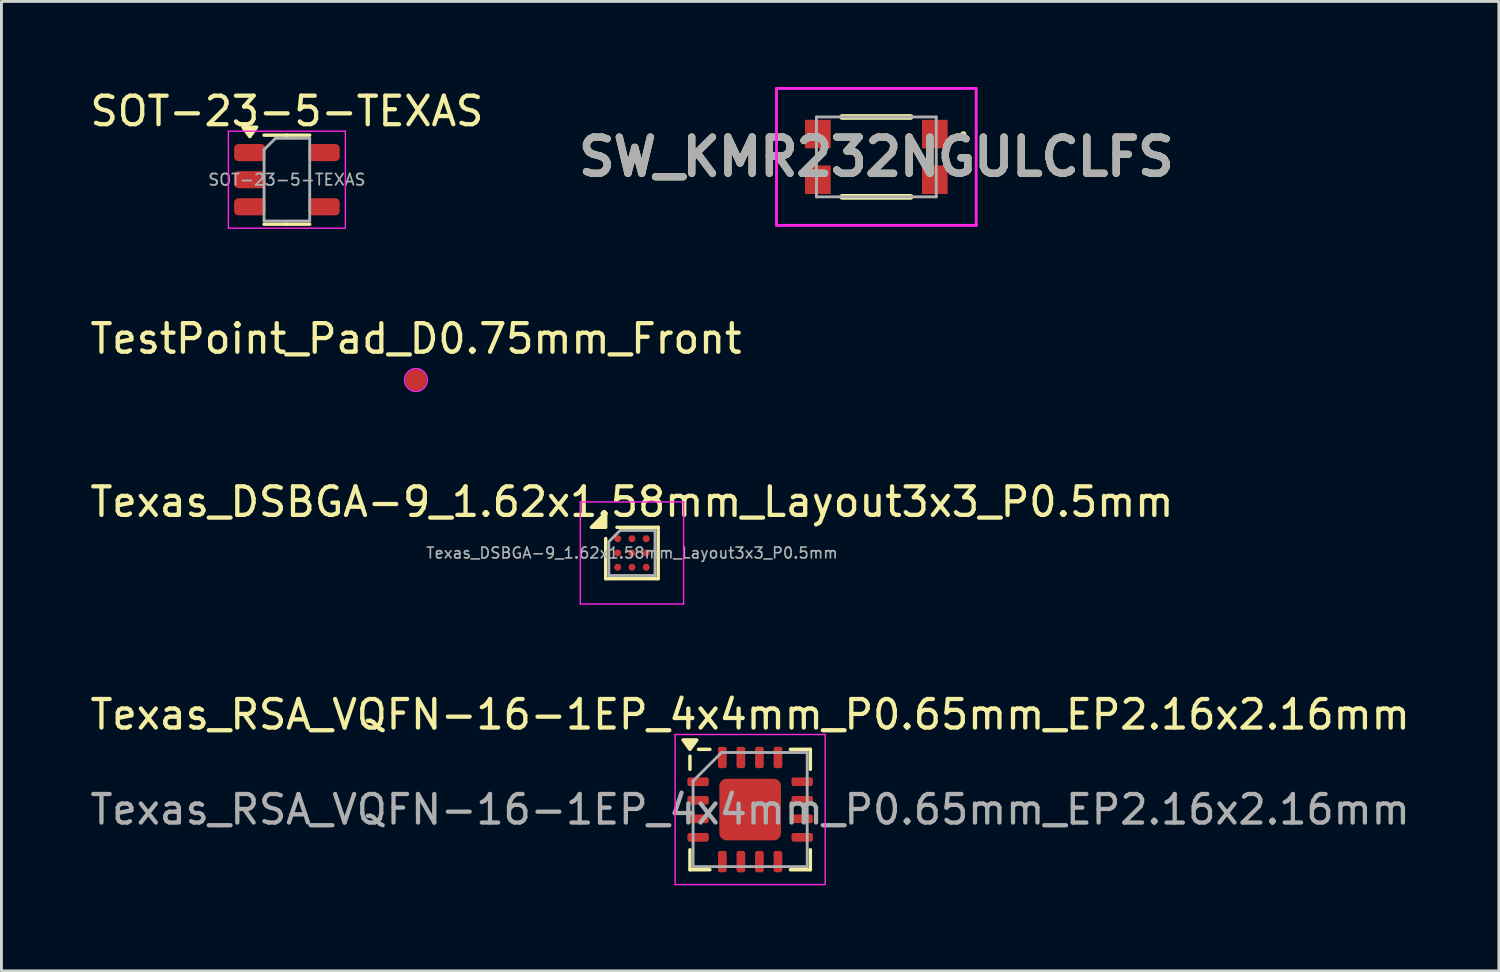
<source format=kicad_pcb>
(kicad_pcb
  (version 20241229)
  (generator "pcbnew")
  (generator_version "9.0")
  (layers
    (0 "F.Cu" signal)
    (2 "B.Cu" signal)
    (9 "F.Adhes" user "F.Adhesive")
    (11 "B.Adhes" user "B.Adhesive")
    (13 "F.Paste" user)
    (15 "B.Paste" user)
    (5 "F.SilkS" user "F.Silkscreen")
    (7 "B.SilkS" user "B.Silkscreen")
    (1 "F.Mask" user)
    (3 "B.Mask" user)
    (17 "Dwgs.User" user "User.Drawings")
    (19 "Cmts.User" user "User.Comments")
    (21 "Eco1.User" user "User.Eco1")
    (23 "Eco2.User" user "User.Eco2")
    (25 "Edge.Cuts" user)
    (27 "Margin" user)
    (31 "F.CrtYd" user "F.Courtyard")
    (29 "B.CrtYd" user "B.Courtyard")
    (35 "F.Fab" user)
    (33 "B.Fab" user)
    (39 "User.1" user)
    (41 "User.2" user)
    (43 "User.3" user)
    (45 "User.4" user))
  (footprint "TestPoint_Pad_D0.75mm_Front"
    (layer "F.Cu")
    (at 11.53 10.27)
    (property "Reference" "TestPoint_Pad_D0.75mm_Front" (at 0 -1.448 0) (layer "F.SilkS") (effects (font (size 1 1) (thickness 0.15))))
    (attr exclude_from_pos_files exclude_from_bom)
    (fp_circle (center 0 0) (end 0.4 0) (stroke (width 0.05) (type solid)) (fill no) (layer "F.CrtYd"))
    (fp_circle (center 0 0) (end 0.352 0) (stroke (width 0.1) (type solid)) (fill no) (layer "User.2"))
    (fp_text user "${REFERENCE}" (at 0 -0.65 0) (layer "User.2") (effects (font (size 0.5 0.5) (thickness 0.1))))
    (pad "1" smd circle (at 0 0) (size 0.75 0.75) (property pad_prop_testpoint) (layers "F.Cu" "F.Mask")))
  (footprint "SW_KMR232NGULCLFS"
    (layer "F.Cu")
    (at 27.668 2.45)
    (property "Reference" "SW_KMR232NGULCLFS" (at 0 0 0) (layer "F.SilkS") (effects (font (size 1.27 1.27) (thickness 0.254))))
    (attr smd)
    (fp_line (start -1.2 -1.4) (end 1.2 -1.4) (stroke (width 0.2) (type solid)) (layer "F.SilkS"))
    (fp_line (start -1.2 1.4) (end 1.2 1.4) (stroke (width 0.2) (type solid)) (layer "F.SilkS"))
    (fp_line (start 3 -0.8) (end 3 -0.8) (stroke (width 0.1) (type solid)) (layer "F.SilkS"))
    (fp_line (start 3.1 -0.8) (end 3.1 -0.8) (stroke (width 0.1) (type solid)) (layer "F.SilkS"))
    (fp_arc (start 3 -0.8) (mid 3.05 -0.85) (end 3.1 -0.8) (stroke (width 0.1) (type solid)) (layer "F.SilkS"))
    (fp_arc (start 3.1 -0.8) (mid 3.05 -0.75) (end 3 -0.8) (stroke (width 0.1) (type solid)) (layer "F.SilkS"))
    (fp_line (start -3.5 -2.4) (end 3.5 -2.4) (stroke (width 0.1) (type solid)) (layer "F.CrtYd"))
    (fp_line (start -3.5 2.4) (end -3.5 -2.4) (stroke (width 0.1) (type solid)) (layer "F.CrtYd"))
    (fp_line (start 3.5 -2.4) (end 3.5 2.4) (stroke (width 0.1) (type solid)) (layer "F.CrtYd"))
    (fp_line (start 3.5 2.4) (end -3.5 2.4) (stroke (width 0.1) (type solid)) (layer "F.CrtYd"))
    (fp_line (start -2.1 -1.4) (end 2.1 -1.4) (stroke (width 0.1) (type solid)) (layer "F.Fab"))
    (fp_line (start -2.1 1.4) (end -2.1 -1.4) (stroke (width 0.1) (type solid)) (layer "F.Fab"))
    (fp_line (start 2.1 -1.4) (end 2.1 1.4) (stroke (width 0.1) (type solid)) (layer "F.Fab"))
    (fp_line (start 2.1 1.4) (end -2.1 1.4) (stroke (width 0.1) (type solid)) (layer "F.Fab"))
    (fp_text user "${REFERENCE}" (at 0 0 0) (layer "F.Fab") (effects (font (size 1.27 1.27) (thickness 0.254))))
    (pad "1" smd rect (at 2.05 -0.8) (size 0.9 1) (layers "F.Cu" "F.Mask" "F.Paste"))
    (pad "2" smd rect (at 2.05 0.8) (size 0.9 1) (layers "F.Cu" "F.Mask" "F.Paste"))
    (pad "3" smd rect (at -2.05 0.8) (size 0.9 1) (layers "F.Cu" "F.Mask" "F.Paste"))
    (pad "4" smd rect (at -2.05 -0.8) (size 0.9 1) (layers "F.Cu" "F.Mask" "F.Paste")))
  (footprint "SOT-23-5-TEXAS"
    (layer "F.Cu")
    (at 7.006 3.248)
    (property "Reference" "SOT-23-5-TEXAS" (at 0 -2.4 0) (layer "F.SilkS") (effects (font (size 1 1) (thickness 0.15))))
    (attr smd)
    (fp_line (start 0 -1.56) (end -0.8 -1.56) (stroke (width 0.12) (type solid)) (layer "F.SilkS"))
    (fp_line (start 0 -1.56) (end 0.8 -1.56) (stroke (width 0.12) (type solid)) (layer "F.SilkS"))
    (fp_line (start 0 1.56) (end -0.8 1.56) (stroke (width 0.12) (type solid)) (layer "F.SilkS"))
    (fp_line (start 0 1.56) (end 0.8 1.56) (stroke (width 0.12) (type solid)) (layer "F.SilkS"))
    (fp_poly (pts (xy -1.3 -1.51) (xy -1.54 -1.84) (xy -1.06 -1.84) (xy -1.3 -1.51)) (stroke (width 0.12) (type solid)) (fill yes) (layer "F.SilkS"))
    (fp_line (start -2.05 -1.7) (end -2.05 1.7) (stroke (width 0.05) (type solid)) (layer "F.CrtYd"))
    (fp_line (start -2.05 1.7) (end 2.05 1.7) (stroke (width 0.05) (type solid)) (layer "F.CrtYd"))
    (fp_line (start 2.05 -1.7) (end -2.05 -1.7) (stroke (width 0.05) (type solid)) (layer "F.CrtYd"))
    (fp_line (start 2.05 1.7) (end 2.05 -1.7) (stroke (width 0.05) (type solid)) (layer "F.CrtYd"))
    (fp_line (start -0.8 -1.05) (end -0.4 -1.45) (stroke (width 0.1) (type solid)) (layer "F.Fab"))
    (fp_line (start -0.8 1.45) (end -0.8 -1.05) (stroke (width 0.1) (type solid)) (layer "F.Fab"))
    (fp_line (start -0.4 -1.45) (end 0.8 -1.45) (stroke (width 0.1) (type solid)) (layer "F.Fab"))
    (fp_line (start 0.8 -1.45) (end 0.8 1.45) (stroke (width 0.1) (type solid)) (layer "F.Fab"))
    (fp_line (start 0.8 1.45) (end -0.8 1.45) (stroke (width 0.1) (type solid)) (layer "F.Fab"))
    (fp_text user "${REFERENCE}" (at 0 0 0) (layer "F.Fab") (effects (font (size 0.4 0.4) (thickness 0.06))))
    (pad "1" smd roundrect (at -1.3 -0.95) (size 1.1 0.6) (layers "F.Cu" "F.Mask" "F.Paste") (roundrect_rratio 0.25))
    (pad "2" smd roundrect (at -1.3 0) (size 1.1 0.6) (layers "F.Cu" "F.Mask" "F.Paste") (roundrect_rratio 0.25))
    (pad "3" smd roundrect (at -1.3 0.95) (size 1.1 0.6) (layers "F.Cu" "F.Mask" "F.Paste") (roundrect_rratio 0.25))
    (pad "4" smd roundrect (at 1.3 0.95) (size 1.1 0.6) (layers "F.Cu" "F.Mask" "F.Paste") (roundrect_rratio 0.25))
    (pad "5" smd roundrect (at 1.3 -0.95) (size 1.1 0.6) (layers "F.Cu" "F.Mask" "F.Paste") (roundrect_rratio 0.25)))
  (footprint "Texas_RSA_VQFN-16-1EP_4x4mm_P0.65mm_EP2.16x2.16mm"
    (layer "F.Cu")
    (at 23.244 25.326)
    (property "Reference" "Texas_RSA_VQFN-16-1EP_4x4mm_P0.65mm_EP2.16x2.16mm" (at 0 -3.33 0) (layer "F.SilkS") (effects (font (size 1 1) (thickness 0.15))))
    (attr smd)
    (fp_line (start -2.11 -1.41) (end -2.11 -1.87) (stroke (width 0.12) (type solid)) (layer "F.SilkS"))
    (fp_line (start -2.11 2.11) (end -2.11 1.41) (stroke (width 0.12) (type solid)) (layer "F.SilkS"))
    (fp_line (start -1.41 -2.11) (end -1.81 -2.11) (stroke (width 0.12) (type solid)) (layer "F.SilkS"))
    (fp_line (start -1.41 2.11) (end -2.11 2.11) (stroke (width 0.12) (type solid)) (layer "F.SilkS"))
    (fp_line (start 1.41 -2.11) (end 2.11 -2.11) (stroke (width 0.12) (type solid)) (layer "F.SilkS"))
    (fp_line (start 1.41 2.11) (end 2.11 2.11) (stroke (width 0.12) (type solid)) (layer "F.SilkS"))
    (fp_line (start 2.11 -2.11) (end 2.11 -1.41) (stroke (width 0.12) (type solid)) (layer "F.SilkS"))
    (fp_line (start 2.11 2.11) (end 2.11 1.41) (stroke (width 0.12) (type solid)) (layer "F.SilkS"))
    (fp_poly (pts (xy -2.11 -2.11) (xy -2.35 -2.44) (xy -1.87 -2.44) (xy -2.11 -2.11)) (stroke (width 0.12) (type solid)) (fill yes) (layer "F.SilkS"))
    (fp_line (start -2.63 -2.63) (end -2.63 2.63) (stroke (width 0.05) (type solid)) (layer "F.CrtYd"))
    (fp_line (start -2.63 2.63) (end 2.63 2.63) (stroke (width 0.05) (type solid)) (layer "F.CrtYd"))
    (fp_line (start 2.63 -2.63) (end -2.63 -2.63) (stroke (width 0.05) (type solid)) (layer "F.CrtYd"))
    (fp_line (start 2.63 2.63) (end 2.63 -2.63) (stroke (width 0.05) (type solid)) (layer "F.CrtYd"))
    (fp_line (start -2 -1) (end -1 -2) (stroke (width 0.1) (type solid)) (layer "F.Fab"))
    (fp_line (start -2 2) (end -2 -1) (stroke (width 0.1) (type solid)) (layer "F.Fab"))
    (fp_line (start -1 -2) (end 2 -2) (stroke (width 0.1) (type solid)) (layer "F.Fab"))
    (fp_line (start 2 -2) (end 2 2) (stroke (width 0.1) (type solid)) (layer "F.Fab"))
    (fp_line (start 2 2) (end -2 2) (stroke (width 0.1) (type solid)) (layer "F.Fab"))
    (fp_text user "${REFERENCE}" (at 0 0 0) (layer "F.Fab") (effects (font (size 1 1) (thickness 0.15))))
    (pad "" smd roundrect (at -0.58 -0.58) (size 0.96 0.96) (layers "F.Paste") (roundrect_rratio 0.25))
    (pad "" smd roundrect (at -0.58 0.58) (size 0.96 0.96) (layers "F.Paste") (roundrect_rratio 0.25))
    (pad "" smd roundrect (at 0.58 -0.58) (size 0.96 0.96) (layers "F.Paste") (roundrect_rratio 0.25))
    (pad "" smd roundrect (at 0.58 0.58) (size 0.96 0.96) (layers "F.Paste") (roundrect_rratio 0.25))
    (pad "1" smd roundrect (at -1.825 -0.975) (size 0.75 0.305) (layers "F.Cu" "F.Mask" "F.Paste") (roundrect_rratio 0.25))
    (pad "2" smd roundrect (at -1.825 -0.325) (size 0.75 0.305) (layers "F.Cu" "F.Mask" "F.Paste") (roundrect_rratio 0.25))
    (pad "3" smd roundrect (at -1.825 0.325) (size 0.75 0.305) (layers "F.Cu" "F.Mask" "F.Paste") (roundrect_rratio 0.25))
    (pad "4" smd roundrect (at -1.825 0.975) (size 0.75 0.305) (layers "F.Cu" "F.Mask" "F.Paste") (roundrect_rratio 0.25))
    (pad "5" smd roundrect (at -0.975 1.825) (size 0.305 0.75) (layers "F.Cu" "F.Mask" "F.Paste") (roundrect_rratio 0.25))
    (pad "6" smd roundrect (at -0.325 1.825) (size 0.305 0.75) (layers "F.Cu" "F.Mask" "F.Paste") (roundrect_rratio 0.25))
    (pad "7" smd roundrect (at 0.325 1.825) (size 0.305 0.75) (layers "F.Cu" "F.Mask" "F.Paste") (roundrect_rratio 0.25))
    (pad "8" smd roundrect (at 0.975 1.825) (size 0.305 0.75) (layers "F.Cu" "F.Mask" "F.Paste") (roundrect_rratio 0.25))
    (pad "9" smd roundrect (at 1.825 0.975) (size 0.75 0.305) (layers "F.Cu" "F.Mask" "F.Paste") (roundrect_rratio 0.25))
    (pad "10" smd roundrect (at 1.825 0.325) (size 0.75 0.305) (layers "F.Cu" "F.Mask" "F.Paste") (roundrect_rratio 0.25))
    (pad "11" smd roundrect (at 1.825 -0.325) (size 0.75 0.305) (layers "F.Cu" "F.Mask" "F.Paste") (roundrect_rratio 0.25))
    (pad "12" smd roundrect (at 1.825 -0.975) (size 0.75 0.305) (layers "F.Cu" "F.Mask" "F.Paste") (roundrect_rratio 0.25))
    (pad "13" smd roundrect (at 0.975 -1.825) (size 0.305 0.75) (layers "F.Cu" "F.Mask" "F.Paste") (roundrect_rratio 0.25))
    (pad "14" smd roundrect (at 0.325 -1.825) (size 0.305 0.75) (layers "F.Cu" "F.Mask" "F.Paste") (roundrect_rratio 0.25))
    (pad "15" smd roundrect (at -0.325 -1.825) (size 0.305 0.75) (layers "F.Cu" "F.Mask" "F.Paste") (roundrect_rratio 0.25))
    (pad "16" smd roundrect (at -0.975 -1.825) (size 0.305 0.75) (layers "F.Cu" "F.Mask" "F.Paste") (roundrect_rratio 0.25))
    (pad "17" smd roundrect (at 0 0) (size 2.16 2.16) (property pad_prop_heatsink) (layers "F.Cu" "F.Mask") (roundrect_rratio 0.116)))
  (footprint "Texas_DSBGA-9_1.62x1.58mm_Layout3x3_P0.5mm"
    (layer "F.Cu")
    (at 19.101 16.333)
    (property "Reference" "Texas_DSBGA-9_1.62x1.58mm_Layout3x3_P0.5mm" (at 0 -1.79 0) (layer "F.SilkS") (effects (font (size 1 1) (thickness 0.15))))
    (attr smd)
    (fp_line (start -0.92 0.9) (end -0.92 -0.505) (stroke (width 0.12) (type solid)) (layer "F.SilkS"))
    (fp_line (start -0.525 -0.9) (end 0.92 -0.9) (stroke (width 0.12) (type solid)) (layer "F.SilkS"))
    (fp_line (start 0.92 -0.9) (end 0.92 0.9) (stroke (width 0.12) (type solid)) (layer "F.SilkS"))
    (fp_line (start 0.92 0.9) (end -0.92 0.9) (stroke (width 0.12) (type solid)) (layer "F.SilkS"))
    (fp_poly (pts (xy -0.92 -0.9) (xy -1.42 -0.9) (xy -0.92 -1.4) (xy -0.92 -0.9)) (stroke (width 0.12) (type solid)) (fill yes) (layer "F.SilkS"))
    (fp_line (start -1.81 -1.79) (end -1.81 1.79) (stroke (width 0.05) (type solid)) (layer "F.CrtYd"))
    (fp_line (start -1.81 1.79) (end 1.81 1.79) (stroke (width 0.05) (type solid)) (layer "F.CrtYd"))
    (fp_line (start 1.81 -1.79) (end -1.81 -1.79) (stroke (width 0.05) (type solid)) (layer "F.CrtYd"))
    (fp_line (start 1.81 1.79) (end 1.81 -1.79) (stroke (width 0.05) (type solid)) (layer "F.CrtYd"))
    (fp_line (start -0.81 -0.395) (end -0.415 -0.79) (stroke (width 0.1) (type solid)) (layer "F.Fab"))
    (fp_line (start -0.81 0.79) (end -0.81 -0.395) (stroke (width 0.1) (type solid)) (layer "F.Fab"))
    (fp_line (start -0.415 -0.79) (end 0.81 -0.79) (stroke (width 0.1) (type solid)) (layer "F.Fab"))
    (fp_line (start 0.81 -0.79) (end 0.81 0.79) (stroke (width 0.1) (type solid)) (layer "F.Fab"))
    (fp_line (start 0.81 0.79) (end -0.81 0.79) (stroke (width 0.1) (type solid)) (layer "F.Fab"))
    (fp_text user "${REFERENCE}" (at 0 0 0) (layer "F.Fab") (effects (font (size 0.38 0.38) (thickness 0.057))))
    (pad "1" smd circle (at -0.5 -0.5) (size 0.245 0.245) (property pad_prop_bga) (layers "F.Cu" "F.Mask" "F.Paste"))
    (pad "2" smd circle (at 0 -0.5) (size 0.245 0.245) (property pad_prop_bga) (layers "F.Cu" "F.Mask" "F.Paste"))
    (pad "3" smd circle (at 0.5 -0.5) (size 0.245 0.245) (property pad_prop_bga) (layers "F.Cu" "F.Mask" "F.Paste"))
    (pad "4" smd circle (at -0.5 0) (size 0.245 0.245) (property pad_prop_bga) (layers "F.Cu" "F.Mask" "F.Paste"))
    (pad "5" smd circle (at 0 0) (size 0.245 0.245) (property pad_prop_bga) (layers "F.Cu" "F.Mask" "F.Paste"))
    (pad "6" smd circle (at 0.5 0) (size 0.245 0.245) (property pad_prop_bga) (layers "F.Cu" "F.Mask" "F.Paste"))
    (pad "7" smd circle (at -0.5 0.5) (size 0.245 0.245) (property pad_prop_bga) (layers "F.Cu" "F.Mask" "F.Paste"))
    (pad "8" smd circle (at 0 0.5) (size 0.245 0.245) (property pad_prop_bga) (layers "F.Cu" "F.Mask" "F.Paste"))
    (pad "9" smd circle (at 0.5 0.5) (size 0.245 0.245) (property pad_prop_bga) (layers "F.Cu" "F.Mask" "F.Paste")))
  (gr_rect
    (start -3 -3)
    (end 49.488 30.981)
    (stroke (width 0.1) (type default))
    (fill no)
    (layer "Edge.Cuts")))
</source>
